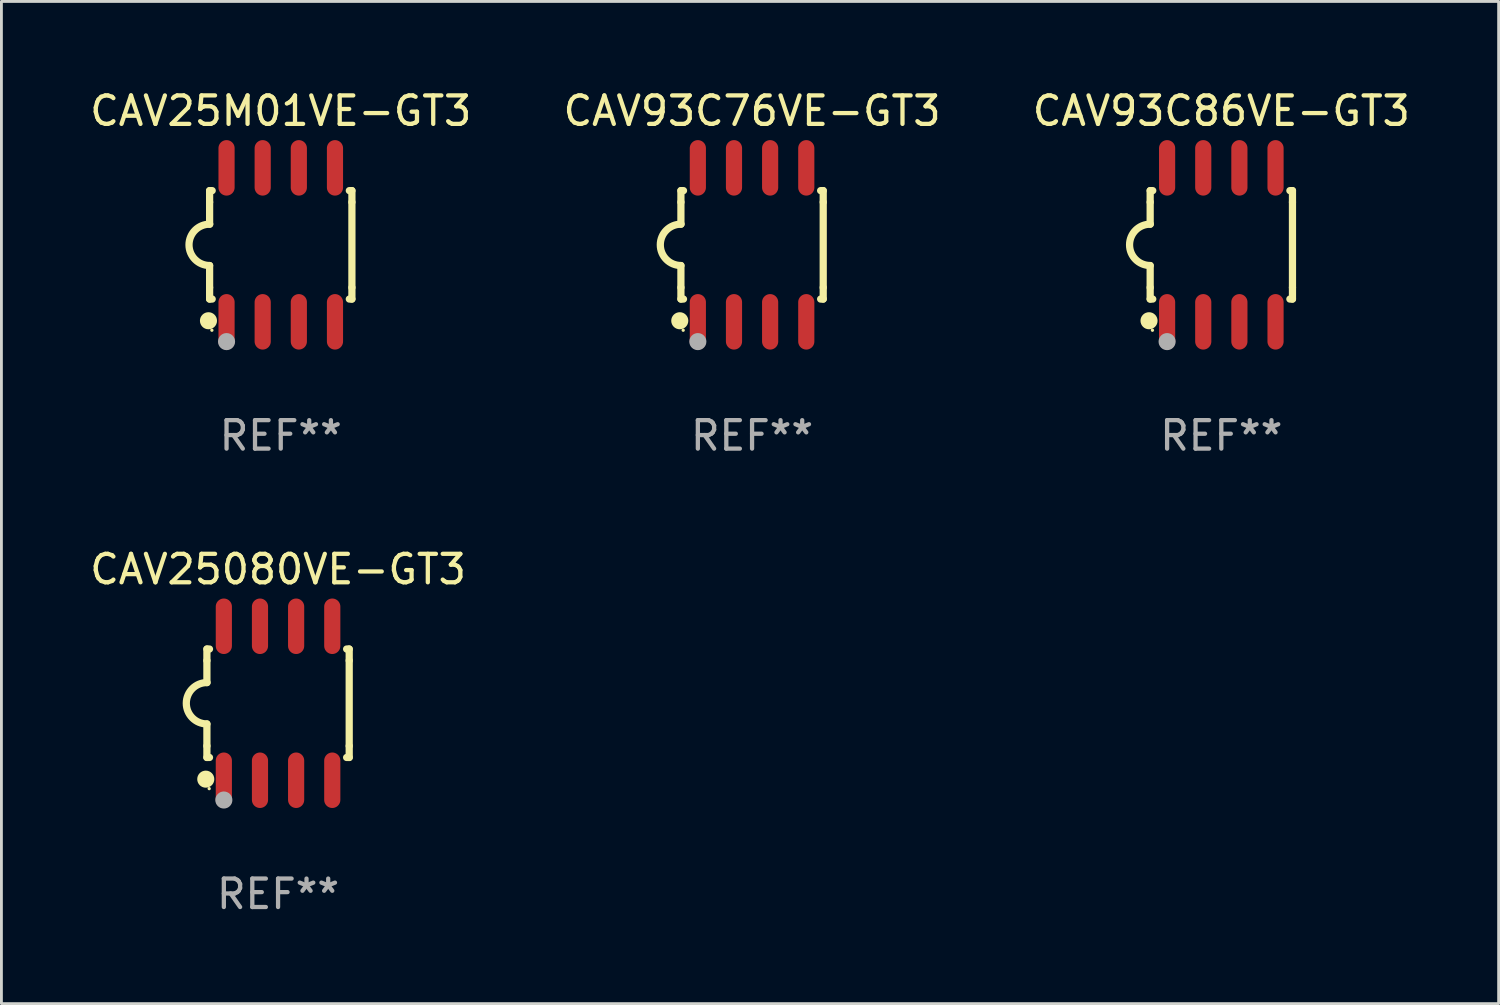
<source format=kicad_pcb>
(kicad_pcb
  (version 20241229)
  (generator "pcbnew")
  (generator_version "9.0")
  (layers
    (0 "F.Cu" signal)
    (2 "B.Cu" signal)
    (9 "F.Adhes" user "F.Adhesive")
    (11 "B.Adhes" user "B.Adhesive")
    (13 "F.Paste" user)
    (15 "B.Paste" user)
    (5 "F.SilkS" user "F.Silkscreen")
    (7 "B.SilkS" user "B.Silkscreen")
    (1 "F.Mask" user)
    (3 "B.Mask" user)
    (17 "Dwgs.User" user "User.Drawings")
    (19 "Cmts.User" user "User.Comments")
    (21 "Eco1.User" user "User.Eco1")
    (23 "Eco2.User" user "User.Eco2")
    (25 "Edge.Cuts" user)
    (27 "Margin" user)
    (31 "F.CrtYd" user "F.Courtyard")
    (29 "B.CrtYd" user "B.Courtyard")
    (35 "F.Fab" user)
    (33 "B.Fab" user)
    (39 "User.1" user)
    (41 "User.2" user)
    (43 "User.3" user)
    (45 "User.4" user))
  (footprint "CAV25M01VE-GT3"
    (layer "F.Cu")
    (at 6.815 5.553)
    (property "Reference" "CAV25M01VE-GT3" (at 0 -4.705 0) (layer "F.SilkS") (effects (font (size 1 1) (thickness 0.15))))
    (attr through_hole)
    (fp_line (start -2.5 -1.905) (end -2.409 -1.905) (stroke (width 0.254) (type solid)) (layer "F.SilkS"))
    (fp_line (start -2.5 -1.5) (end -2.5 -1.905) (stroke (width 0.254) (type solid)) (layer "F.SilkS"))
    (fp_line (start -2.5 -1.5) (end -2.5 -0.726) (stroke (width 0.254) (type solid)) (layer "F.SilkS"))
    (fp_line (start -2.5 1.5) (end -2.5 0.727) (stroke (width 0.254) (type solid)) (layer "F.SilkS"))
    (fp_line (start -2.5 1.5) (end -2.5 1.905) (stroke (width 0.254) (type solid)) (layer "F.SilkS"))
    (fp_line (start -2.5 1.905) (end -2.409 1.905) (stroke (width 0.254) (type solid)) (layer "F.SilkS"))
    (fp_line (start 2.5 -1.905) (end 2.409 -1.905) (stroke (width 0.254) (type solid)) (layer "F.SilkS"))
    (fp_line (start 2.5 -1.5) (end 2.5 -1.905) (stroke (width 0.254) (type solid)) (layer "F.SilkS"))
    (fp_line (start 2.5 -1.5) (end 2.5 1.5) (stroke (width 0.254) (type solid)) (layer "F.SilkS"))
    (fp_line (start 2.5 1.5) (end 2.5 1.905) (stroke (width 0.254) (type solid)) (layer "F.SilkS"))
    (fp_line (start 2.5 1.905) (end 2.409 1.905) (stroke (width 0.254) (type solid)) (layer "F.SilkS"))
    (fp_arc (start -2.5 0.726568) (mid -3.220316 -0.0023) (end -2.495097 -0.726289) (stroke (width 0.254001) (type solid)) (layer "F.SilkS"))
    (fp_circle (center -2.54 2.667) (end -2.39 2.667) (stroke (width 0.3) (type solid)) (fill no) (layer "F.SilkS"))
    (fp_circle (center -2.42 3) (end -2.39 3) (stroke (width 0.06) (type solid)) (fill no) (layer "F.SilkS"))
    (fp_circle (center -1.905 3.4) (end -1.755 3.4) (stroke (width 0.3) (type solid)) (fill no) (layer "F.Fab"))
    (fp_text user "REF**" (at 0 6.705 0) (layer "F.Fab") (effects (font (size 1 1) (thickness 0.15))))
    (pad "1" smd oval (at -1.905 2.705) (size 0.568 1.95) (layers "F.Cu" "F.Mask" "F.Paste"))
    (pad "2" smd oval (at -0.635 2.705) (size 0.568 1.95) (layers "F.Cu" "F.Mask" "F.Paste"))
    (pad "3" smd oval (at 0.635 2.705) (size 0.568 1.95) (layers "F.Cu" "F.Mask" "F.Paste"))
    (pad "4" smd oval (at 1.905 2.705) (size 0.568 1.95) (layers "F.Cu" "F.Mask" "F.Paste"))
    (pad "5" smd oval (at 1.905 -2.705) (size 0.568 1.95) (layers "F.Cu" "F.Mask" "F.Paste"))
    (pad "6" smd oval (at 0.635 -2.705) (size 0.568 1.95) (layers "F.Cu" "F.Mask" "F.Paste"))
    (pad "7" smd oval (at -0.635 -2.705) (size 0.568 1.95) (layers "F.Cu" "F.Mask" "F.Paste"))
    (pad "8" smd oval (at -1.905 -2.705) (size 0.568 1.95) (layers "F.Cu" "F.Mask" "F.Paste")))
  (footprint "CAV25080VE-GT3"
    (layer "F.Cu")
    (at 6.72 21.66)
    (property "Reference" "CAV25080VE-GT3" (at 0 -4.705 0) (layer "F.SilkS") (effects (font (size 1 1) (thickness 0.15))))
    (attr through_hole)
    (fp_line (start -2.5 -1.905) (end -2.409 -1.905) (stroke (width 0.254) (type solid)) (layer "F.SilkS"))
    (fp_line (start -2.5 -1.5) (end -2.5 -1.905) (stroke (width 0.254) (type solid)) (layer "F.SilkS"))
    (fp_line (start -2.5 -1.5) (end -2.5 -0.726) (stroke (width 0.254) (type solid)) (layer "F.SilkS"))
    (fp_line (start -2.5 1.5) (end -2.5 0.727) (stroke (width 0.254) (type solid)) (layer "F.SilkS"))
    (fp_line (start -2.5 1.5) (end -2.5 1.905) (stroke (width 0.254) (type solid)) (layer "F.SilkS"))
    (fp_line (start -2.5 1.905) (end -2.409 1.905) (stroke (width 0.254) (type solid)) (layer "F.SilkS"))
    (fp_line (start 2.5 -1.905) (end 2.409 -1.905) (stroke (width 0.254) (type solid)) (layer "F.SilkS"))
    (fp_line (start 2.5 -1.5) (end 2.5 -1.905) (stroke (width 0.254) (type solid)) (layer "F.SilkS"))
    (fp_line (start 2.5 -1.5) (end 2.5 1.5) (stroke (width 0.254) (type solid)) (layer "F.SilkS"))
    (fp_line (start 2.5 1.5) (end 2.5 1.905) (stroke (width 0.254) (type solid)) (layer "F.SilkS"))
    (fp_line (start 2.5 1.905) (end 2.409 1.905) (stroke (width 0.254) (type solid)) (layer "F.SilkS"))
    (fp_arc (start -2.5 0.726568) (mid -3.220316 -0.0023) (end -2.495097 -0.726289) (stroke (width 0.254001) (type solid)) (layer "F.SilkS"))
    (fp_circle (center -2.54 2.667) (end -2.39 2.667) (stroke (width 0.3) (type solid)) (fill no) (layer "F.SilkS"))
    (fp_circle (center -2.42 3) (end -2.39 3) (stroke (width 0.06) (type solid)) (fill no) (layer "F.SilkS"))
    (fp_circle (center -1.905 3.4) (end -1.755 3.4) (stroke (width 0.3) (type solid)) (fill no) (layer "F.Fab"))
    (fp_text user "REF**" (at 0 6.705 0) (layer "F.Fab") (effects (font (size 1 1) (thickness 0.15))))
    (pad "1" smd oval (at -1.905 2.705) (size 0.568 1.95) (layers "F.Cu" "F.Mask" "F.Paste"))
    (pad "2" smd oval (at -0.635 2.705) (size 0.568 1.95) (layers "F.Cu" "F.Mask" "F.Paste"))
    (pad "3" smd oval (at 0.635 2.705) (size 0.568 1.95) (layers "F.Cu" "F.Mask" "F.Paste"))
    (pad "4" smd oval (at 1.905 2.705) (size 0.568 1.95) (layers "F.Cu" "F.Mask" "F.Paste"))
    (pad "5" smd oval (at 1.905 -2.705) (size 0.568 1.95) (layers "F.Cu" "F.Mask" "F.Paste"))
    (pad "6" smd oval (at 0.635 -2.705) (size 0.568 1.95) (layers "F.Cu" "F.Mask" "F.Paste"))
    (pad "7" smd oval (at -0.635 -2.705) (size 0.568 1.95) (layers "F.Cu" "F.Mask" "F.Paste"))
    (pad "8" smd oval (at -1.905 -2.705) (size 0.568 1.95) (layers "F.Cu" "F.Mask" "F.Paste")))
  (footprint "CAV93C86VE-GT3"
    (layer "F.Cu")
    (at 39.863 5.553)
    (property "Reference" "CAV93C86VE-GT3" (at 0 -4.705 0) (layer "F.SilkS") (effects (font (size 1 1) (thickness 0.15))))
    (attr through_hole)
    (fp_line (start -2.5 -1.905) (end -2.409 -1.905) (stroke (width 0.254) (type solid)) (layer "F.SilkS"))
    (fp_line (start -2.5 -1.5) (end -2.5 -1.905) (stroke (width 0.254) (type solid)) (layer "F.SilkS"))
    (fp_line (start -2.5 -1.5) (end -2.5 -0.726) (stroke (width 0.254) (type solid)) (layer "F.SilkS"))
    (fp_line (start -2.5 1.5) (end -2.5 0.727) (stroke (width 0.254) (type solid)) (layer "F.SilkS"))
    (fp_line (start -2.5 1.5) (end -2.5 1.905) (stroke (width 0.254) (type solid)) (layer "F.SilkS"))
    (fp_line (start -2.5 1.905) (end -2.409 1.905) (stroke (width 0.254) (type solid)) (layer "F.SilkS"))
    (fp_line (start 2.5 -1.905) (end 2.409 -1.905) (stroke (width 0.254) (type solid)) (layer "F.SilkS"))
    (fp_line (start 2.5 -1.5) (end 2.5 -1.905) (stroke (width 0.254) (type solid)) (layer "F.SilkS"))
    (fp_line (start 2.5 -1.5) (end 2.5 1.5) (stroke (width 0.254) (type solid)) (layer "F.SilkS"))
    (fp_line (start 2.5 1.5) (end 2.5 1.905) (stroke (width 0.254) (type solid)) (layer "F.SilkS"))
    (fp_line (start 2.5 1.905) (end 2.409 1.905) (stroke (width 0.254) (type solid)) (layer "F.SilkS"))
    (fp_arc (start -2.5 0.726568) (mid -3.220316 -0.0023) (end -2.495097 -0.726289) (stroke (width 0.254001) (type solid)) (layer "F.SilkS"))
    (fp_circle (center -2.54 2.667) (end -2.39 2.667) (stroke (width 0.3) (type solid)) (fill no) (layer "F.SilkS"))
    (fp_circle (center -2.42 3) (end -2.39 3) (stroke (width 0.06) (type solid)) (fill no) (layer "F.SilkS"))
    (fp_circle (center -1.905 3.4) (end -1.755 3.4) (stroke (width 0.3) (type solid)) (fill no) (layer "F.Fab"))
    (fp_text user "REF**" (at 0 6.705 0) (layer "F.Fab") (effects (font (size 1 1) (thickness 0.15))))
    (pad "1" smd oval (at -1.905 2.705) (size 0.568 1.95) (layers "F.Cu" "F.Mask" "F.Paste"))
    (pad "2" smd oval (at -0.635 2.705) (size 0.568 1.95) (layers "F.Cu" "F.Mask" "F.Paste"))
    (pad "3" smd oval (at 0.635 2.705) (size 0.568 1.95) (layers "F.Cu" "F.Mask" "F.Paste"))
    (pad "4" smd oval (at 1.905 2.705) (size 0.568 1.95) (layers "F.Cu" "F.Mask" "F.Paste"))
    (pad "5" smd oval (at 1.905 -2.705) (size 0.568 1.95) (layers "F.Cu" "F.Mask" "F.Paste"))
    (pad "6" smd oval (at 0.635 -2.705) (size 0.568 1.95) (layers "F.Cu" "F.Mask" "F.Paste"))
    (pad "7" smd oval (at -0.635 -2.705) (size 0.568 1.95) (layers "F.Cu" "F.Mask" "F.Paste"))
    (pad "8" smd oval (at -1.905 -2.705) (size 0.568 1.95) (layers "F.Cu" "F.Mask" "F.Paste")))
  (footprint "CAV93C76VE-GT3"
    (layer "F.Cu")
    (at 23.375 5.553)
    (property "Reference" "CAV93C76VE-GT3" (at 0 -4.705 0) (layer "F.SilkS") (effects (font (size 1 1) (thickness 0.15))))
    (attr through_hole)
    (fp_line (start -2.5 -1.905) (end -2.409 -1.905) (stroke (width 0.254) (type solid)) (layer "F.SilkS"))
    (fp_line (start -2.5 -1.5) (end -2.5 -1.905) (stroke (width 0.254) (type solid)) (layer "F.SilkS"))
    (fp_line (start -2.5 -1.5) (end -2.5 -0.726) (stroke (width 0.254) (type solid)) (layer "F.SilkS"))
    (fp_line (start -2.5 1.5) (end -2.5 0.727) (stroke (width 0.254) (type solid)) (layer "F.SilkS"))
    (fp_line (start -2.5 1.5) (end -2.5 1.905) (stroke (width 0.254) (type solid)) (layer "F.SilkS"))
    (fp_line (start -2.5 1.905) (end -2.409 1.905) (stroke (width 0.254) (type solid)) (layer "F.SilkS"))
    (fp_line (start 2.5 -1.905) (end 2.409 -1.905) (stroke (width 0.254) (type solid)) (layer "F.SilkS"))
    (fp_line (start 2.5 -1.5) (end 2.5 -1.905) (stroke (width 0.254) (type solid)) (layer "F.SilkS"))
    (fp_line (start 2.5 -1.5) (end 2.5 1.5) (stroke (width 0.254) (type solid)) (layer "F.SilkS"))
    (fp_line (start 2.5 1.5) (end 2.5 1.905) (stroke (width 0.254) (type solid)) (layer "F.SilkS"))
    (fp_line (start 2.5 1.905) (end 2.409 1.905) (stroke (width 0.254) (type solid)) (layer "F.SilkS"))
    (fp_arc (start -2.5 0.726568) (mid -3.220316 -0.0023) (end -2.495097 -0.726289) (stroke (width 0.254001) (type solid)) (layer "F.SilkS"))
    (fp_circle (center -2.54 2.667) (end -2.39 2.667) (stroke (width 0.3) (type solid)) (fill no) (layer "F.SilkS"))
    (fp_circle (center -2.42 3) (end -2.39 3) (stroke (width 0.06) (type solid)) (fill no) (layer "F.SilkS"))
    (fp_circle (center -1.905 3.4) (end -1.755 3.4) (stroke (width 0.3) (type solid)) (fill no) (layer "F.Fab"))
    (fp_text user "REF**" (at 0 6.705 0) (layer "F.Fab") (effects (font (size 1 1) (thickness 0.15))))
    (pad "1" smd oval (at -1.905 2.705) (size 0.568 1.95) (layers "F.Cu" "F.Mask" "F.Paste"))
    (pad "2" smd oval (at -0.635 2.705) (size 0.568 1.95) (layers "F.Cu" "F.Mask" "F.Paste"))
    (pad "3" smd oval (at 0.635 2.705) (size 0.568 1.95) (layers "F.Cu" "F.Mask" "F.Paste"))
    (pad "4" smd oval (at 1.905 2.705) (size 0.568 1.95) (layers "F.Cu" "F.Mask" "F.Paste"))
    (pad "5" smd oval (at 1.905 -2.705) (size 0.568 1.95) (layers "F.Cu" "F.Mask" "F.Paste"))
    (pad "6" smd oval (at 0.635 -2.705) (size 0.568 1.95) (layers "F.Cu" "F.Mask" "F.Paste"))
    (pad "7" smd oval (at -0.635 -2.705) (size 0.568 1.95) (layers "F.Cu" "F.Mask" "F.Paste"))
    (pad "8" smd oval (at -1.905 -2.705) (size 0.568 1.95) (layers "F.Cu" "F.Mask" "F.Paste")))
  (gr_rect
    (start -3 -3)
    (end 49.607 32.213)
    (stroke (width 0.1) (type default))
    (fill no)
    (layer "Edge.Cuts")))
</source>
